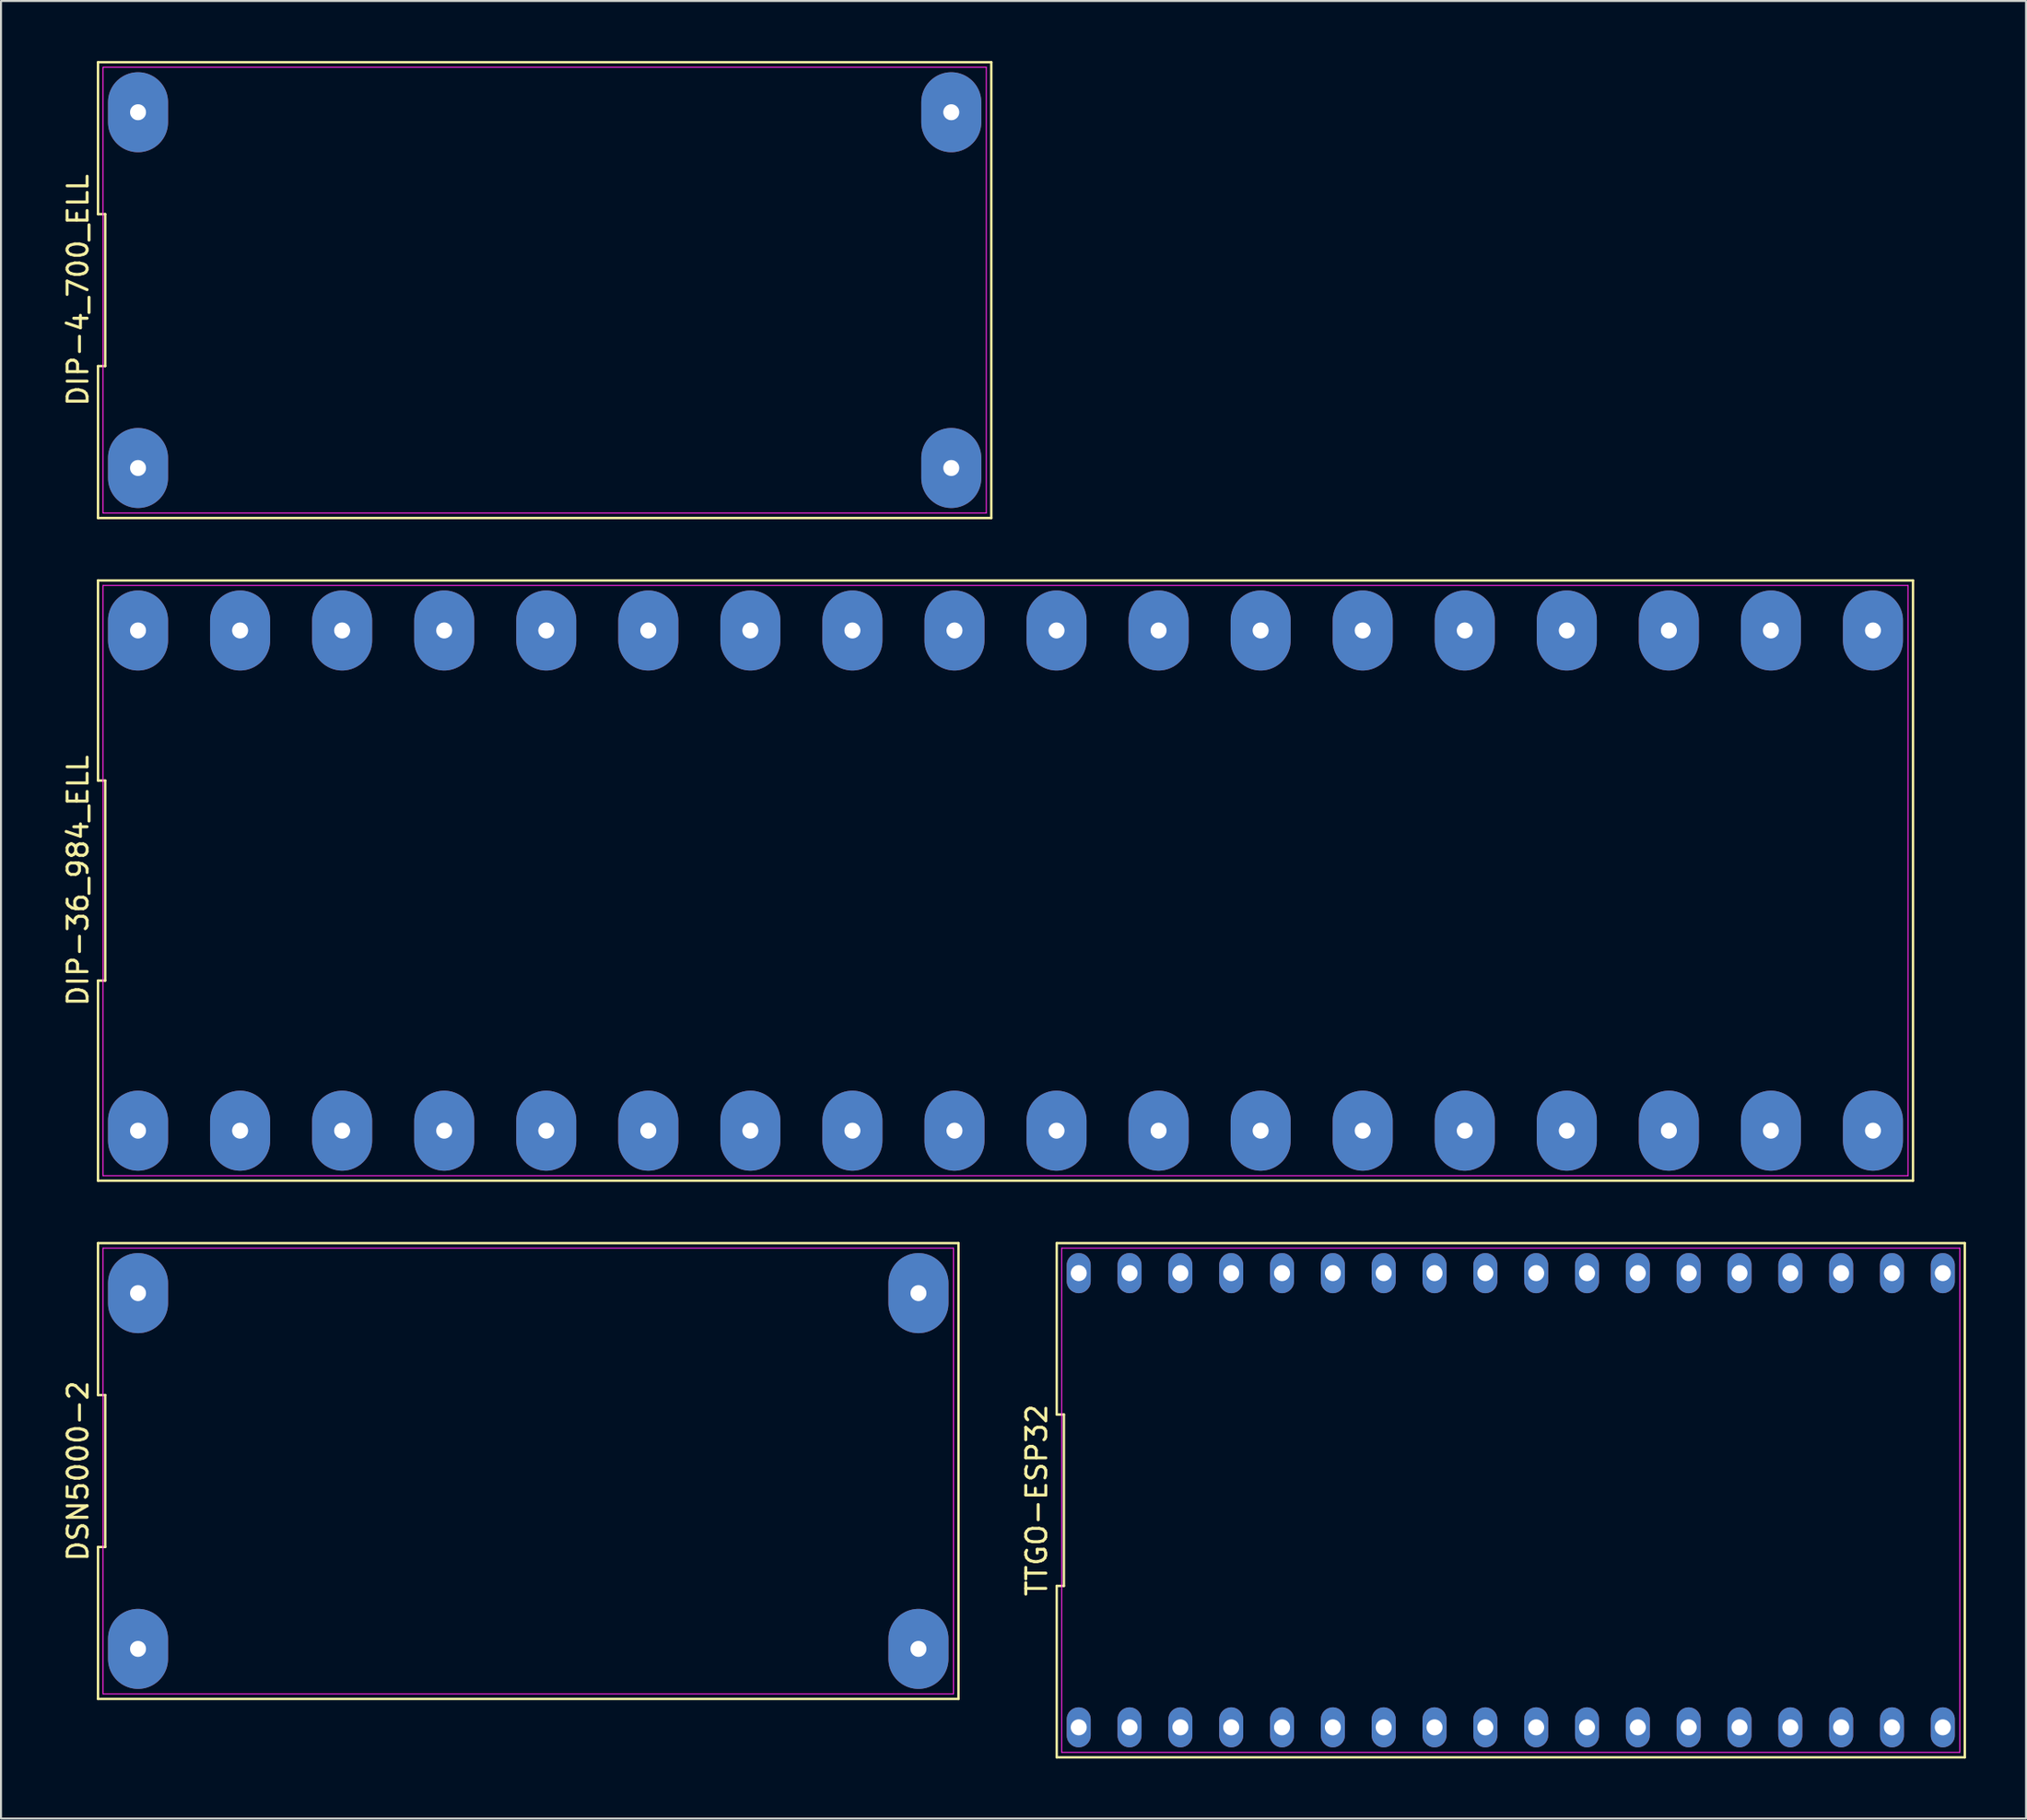
<source format=kicad_pcb>
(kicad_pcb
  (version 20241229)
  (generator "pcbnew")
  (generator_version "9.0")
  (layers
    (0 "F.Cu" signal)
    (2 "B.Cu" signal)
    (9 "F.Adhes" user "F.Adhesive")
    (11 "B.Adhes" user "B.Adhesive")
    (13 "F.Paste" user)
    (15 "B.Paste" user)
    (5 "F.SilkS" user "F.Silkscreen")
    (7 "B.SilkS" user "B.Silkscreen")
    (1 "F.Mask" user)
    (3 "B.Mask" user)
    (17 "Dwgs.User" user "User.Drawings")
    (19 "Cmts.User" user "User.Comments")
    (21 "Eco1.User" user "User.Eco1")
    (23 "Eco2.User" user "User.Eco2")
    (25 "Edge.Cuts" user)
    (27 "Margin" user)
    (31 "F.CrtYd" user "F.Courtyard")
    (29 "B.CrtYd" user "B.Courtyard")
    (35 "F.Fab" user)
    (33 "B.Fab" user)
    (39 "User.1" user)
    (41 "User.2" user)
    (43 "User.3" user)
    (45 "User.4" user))
  (footprint "DIP-36_984_ELL"
    (layer "F.Cu")
    (at 47.198 40.96)
    (property "Reference" "DIP-36_984_ELL" (at -46.35 0 90) (layer "F.SilkS") (effects (font (size 1 1) (thickness 0.15))))
    (attr through_hole)
    (fp_line (start -45.35 -15) (end -45.35 -5) (stroke (width 0.12) (type solid)) (layer "F.SilkS"))
    (fp_line (start -45.35 -5) (end -44.99 -5) (stroke (width 0.12) (type solid)) (layer "F.SilkS"))
    (fp_line (start -45.35 5) (end -45.35 15) (stroke (width 0.12) (type solid)) (layer "F.SilkS"))
    (fp_line (start -45.35 15) (end 45.35 15) (stroke (width 0.12) (type solid)) (layer "F.SilkS"))
    (fp_line (start -44.99 -5) (end -44.99 5) (stroke (width 0.12) (type solid)) (layer "F.SilkS"))
    (fp_line (start -44.99 5) (end -45.35 5) (stroke (width 0.12) (type solid)) (layer "F.SilkS"))
    (fp_line (start 45.35 -15) (end -45.35 -15) (stroke (width 0.12) (type solid)) (layer "F.SilkS"))
    (fp_line (start 45.35 15) (end 45.35 -15) (stroke (width 0.12) (type solid)) (layer "F.SilkS"))
    (fp_line (start -45.1 -14.75) (end 45.1 -14.75) (stroke (width 0.05) (type solid)) (layer "F.CrtYd"))
    (fp_line (start -45.1 14.75) (end -45.1 -14.75) (stroke (width 0.05) (type solid)) (layer "F.CrtYd"))
    (fp_line (start 45.1 -14.75) (end 45.1 14.75) (stroke (width 0.05) (type solid)) (layer "F.CrtYd"))
    (fp_line (start 45.1 14.75) (end -45.1 14.75) (stroke (width 0.05) (type solid)) (layer "F.CrtYd"))
    (pad "1" thru_hole oval (at -43.35 12.5) (size 3 4) (drill 0.8) (layers "*.Cu" "*.Mask"))
    (pad "2" thru_hole oval (at -38.25 12.5) (size 3 4) (drill 0.8) (layers "*.Cu" "*.Mask"))
    (pad "3" thru_hole oval (at -33.15 12.5) (size 3 4) (drill 0.8) (layers "*.Cu" "*.Mask"))
    (pad "4" thru_hole oval (at -28.05 12.5) (size 3 4) (drill 0.8) (layers "*.Cu" "*.Mask"))
    (pad "5" thru_hole oval (at -22.95 12.5) (size 3 4) (drill 0.8) (layers "*.Cu" "*.Mask"))
    (pad "6" thru_hole oval (at -17.85 12.5) (size 3 4) (drill 0.8) (layers "*.Cu" "*.Mask"))
    (pad "7" thru_hole oval (at -12.75 12.5) (size 3 4) (drill 0.8) (layers "*.Cu" "*.Mask"))
    (pad "8" thru_hole oval (at -7.65 12.5) (size 3 4) (drill 0.8) (layers "*.Cu" "*.Mask"))
    (pad "9" thru_hole oval (at -2.55 12.5) (size 3 4) (drill 0.8) (layers "*.Cu" "*.Mask"))
    (pad "10" thru_hole oval (at 2.55 12.5) (size 3 4) (drill 0.8) (layers "*.Cu" "*.Mask"))
    (pad "11" thru_hole oval (at 7.65 12.5) (size 3 4) (drill 0.8) (layers "*.Cu" "*.Mask"))
    (pad "12" thru_hole oval (at 12.75 12.5) (size 3 4) (drill 0.8) (layers "*.Cu" "*.Mask"))
    (pad "13" thru_hole oval (at 17.85 12.5) (size 3 4) (drill 0.8) (layers "*.Cu" "*.Mask"))
    (pad "14" thru_hole oval (at 22.95 12.5) (size 3 4) (drill 0.8) (layers "*.Cu" "*.Mask"))
    (pad "15" thru_hole oval (at 28.05 12.5) (size 3 4) (drill 0.8) (layers "*.Cu" "*.Mask"))
    (pad "16" thru_hole oval (at 33.15 12.5) (size 3 4) (drill 0.8) (layers "*.Cu" "*.Mask"))
    (pad "17" thru_hole oval (at 38.25 12.5) (size 3 4) (drill 0.8) (layers "*.Cu" "*.Mask"))
    (pad "18" thru_hole oval (at 43.35 12.5) (size 3 4) (drill 0.8) (layers "*.Cu" "*.Mask"))
    (pad "19" thru_hole oval (at 43.35 -12.5) (size 3 4) (drill 0.8) (layers "*.Cu" "*.Mask"))
    (pad "20" thru_hole oval (at 38.25 -12.5) (size 3 4) (drill 0.8) (layers "*.Cu" "*.Mask"))
    (pad "21" thru_hole oval (at 33.15 -12.5) (size 3 4) (drill 0.8) (layers "*.Cu" "*.Mask"))
    (pad "22" thru_hole oval (at 28.05 -12.5) (size 3 4) (drill 0.8) (layers "*.Cu" "*.Mask"))
    (pad "23" thru_hole oval (at 22.95 -12.5) (size 3 4) (drill 0.8) (layers "*.Cu" "*.Mask"))
    (pad "24" thru_hole oval (at 17.85 -12.5) (size 3 4) (drill 0.8) (layers "*.Cu" "*.Mask"))
    (pad "25" thru_hole oval (at 12.75 -12.5) (size 3 4) (drill 0.8) (layers "*.Cu" "*.Mask"))
    (pad "26" thru_hole oval (at 7.65 -12.5) (size 3 4) (drill 0.8) (layers "*.Cu" "*.Mask"))
    (pad "27" thru_hole oval (at 2.55 -12.5) (size 3 4) (drill 0.8) (layers "*.Cu" "*.Mask"))
    (pad "28" thru_hole oval (at -2.55 -12.5) (size 3 4) (drill 0.8) (layers "*.Cu" "*.Mask"))
    (pad "29" thru_hole oval (at -7.65 -12.5) (size 3 4) (drill 0.8) (layers "*.Cu" "*.Mask"))
    (pad "30" thru_hole oval (at -12.75 -12.5) (size 3 4) (drill 0.8) (layers "*.Cu" "*.Mask"))
    (pad "31" thru_hole oval (at -17.85 -12.5) (size 3 4) (drill 0.8) (layers "*.Cu" "*.Mask"))
    (pad "32" thru_hole oval (at -22.95 -12.5) (size 3 4) (drill 0.8) (layers "*.Cu" "*.Mask"))
    (pad "33" thru_hole oval (at -28.05 -12.5) (size 3 4) (drill 0.8) (layers "*.Cu" "*.Mask"))
    (pad "34" thru_hole oval (at -33.15 -12.5) (size 3 4) (drill 0.8) (layers "*.Cu" "*.Mask"))
    (pad "35" thru_hole oval (at -38.25 -12.5) (size 3 4) (drill 0.8) (layers "*.Cu" "*.Mask"))
    (pad "36" thru_hole oval (at -43.35 -12.5) (size 3 4) (drill 0.8) (layers "*.Cu" "*.Mask")))
  (footprint "DSN5000-2"
    (layer "F.Cu")
    (at 23.348 70.47)
    (property "Reference" "DSN5000-2" (at -22.5 0 90) (layer "F.SilkS") (effects (font (size 1 1) (thickness 0.15))))
    (attr through_hole)
    (fp_line (start -21.5 -11.39) (end -21.5 -3.797) (stroke (width 0.12) (type solid)) (layer "F.SilkS"))
    (fp_line (start -21.5 -3.797) (end -21.14 -3.797) (stroke (width 0.12) (type solid)) (layer "F.SilkS"))
    (fp_line (start -21.5 3.797) (end -21.5 11.39) (stroke (width 0.12) (type solid)) (layer "F.SilkS"))
    (fp_line (start -21.5 11.39) (end 21.5 11.39) (stroke (width 0.12) (type solid)) (layer "F.SilkS"))
    (fp_line (start -21.14 -3.797) (end -21.14 3.797) (stroke (width 0.12) (type solid)) (layer "F.SilkS"))
    (fp_line (start -21.14 3.797) (end -21.5 3.797) (stroke (width 0.12) (type solid)) (layer "F.SilkS"))
    (fp_line (start 21.5 -11.39) (end -21.5 -11.39) (stroke (width 0.12) (type solid)) (layer "F.SilkS"))
    (fp_line (start 21.5 11.39) (end 21.5 -11.39) (stroke (width 0.12) (type solid)) (layer "F.SilkS"))
    (fp_line (start -21.25 -11.14) (end 21.25 -11.14) (stroke (width 0.05) (type solid)) (layer "F.CrtYd"))
    (fp_line (start -21.25 11.14) (end -21.25 -11.14) (stroke (width 0.05) (type solid)) (layer "F.CrtYd"))
    (fp_line (start 21.25 -11.14) (end 21.25 11.14) (stroke (width 0.05) (type solid)) (layer "F.CrtYd"))
    (fp_line (start 21.25 11.14) (end -21.25 11.14) (stroke (width 0.05) (type solid)) (layer "F.CrtYd"))
    (pad "1" thru_hole oval (at -19.5 8.89) (size 3 4) (drill 0.8) (layers "*.Cu" "*.Mask"))
    (pad "2" thru_hole oval (at 19.5 8.89) (size 3 4) (drill 0.8) (layers "*.Cu" "*.Mask"))
    (pad "3" thru_hole oval (at 19.5 -8.89) (size 3 4) (drill 0.8) (layers "*.Cu" "*.Mask"))
    (pad "4" thru_hole oval (at -19.5 -8.89) (size 3 4) (drill 0.8) (layers "*.Cu" "*.Mask")))
  (footprint "TTGO-ESP32"
    (layer "F.Cu")
    (at 72.447 71.93)
    (property "Reference" "TTGO-ESP32" (at -23.69 0 90) (layer "F.SilkS") (effects (font (size 1 1) (thickness 0.15))))
    (attr through_hole)
    (fp_line (start -22.69 -12.85) (end -22.69 -4.283) (stroke (width 0.12) (type solid)) (layer "F.SilkS"))
    (fp_line (start -22.69 -4.283) (end -22.33 -4.283) (stroke (width 0.12) (type solid)) (layer "F.SilkS"))
    (fp_line (start -22.69 4.283) (end -22.69 12.85) (stroke (width 0.12) (type solid)) (layer "F.SilkS"))
    (fp_line (start -22.69 12.85) (end 22.69 12.85) (stroke (width 0.12) (type solid)) (layer "F.SilkS"))
    (fp_line (start -22.33 -4.283) (end -22.33 4.283) (stroke (width 0.12) (type solid)) (layer "F.SilkS"))
    (fp_line (start -22.33 4.283) (end -22.69 4.283) (stroke (width 0.12) (type solid)) (layer "F.SilkS"))
    (fp_line (start 22.69 -12.85) (end -22.69 -12.85) (stroke (width 0.12) (type solid)) (layer "F.SilkS"))
    (fp_line (start 22.69 12.85) (end 22.69 -12.85) (stroke (width 0.12) (type solid)) (layer "F.SilkS"))
    (fp_line (start -22.44 -12.6) (end 22.44 -12.6) (stroke (width 0.05) (type solid)) (layer "F.CrtYd"))
    (fp_line (start -22.44 12.6) (end -22.44 -12.6) (stroke (width 0.05) (type solid)) (layer "F.CrtYd"))
    (fp_line (start 22.44 -12.6) (end 22.44 12.6) (stroke (width 0.05) (type solid)) (layer "F.CrtYd"))
    (fp_line (start 22.44 12.6) (end -22.44 12.6) (stroke (width 0.05) (type solid)) (layer "F.CrtYd"))
    (pad "1" thru_hole oval (at -21.59 11.35) (size 1.2 2) (drill 0.8) (layers "*.Cu" "*.Mask"))
    (pad "2" thru_hole oval (at -19.05 11.35) (size 1.2 2) (drill 0.8) (layers "*.Cu" "*.Mask"))
    (pad "3" thru_hole oval (at -16.51 11.35) (size 1.2 2) (drill 0.8) (layers "*.Cu" "*.Mask"))
    (pad "4" thru_hole oval (at -13.97 11.35) (size 1.2 2) (drill 0.8) (layers "*.Cu" "*.Mask"))
    (pad "5" thru_hole oval (at -11.43 11.35) (size 1.2 2) (drill 0.8) (layers "*.Cu" "*.Mask"))
    (pad "6" thru_hole oval (at -8.89 11.35) (size 1.2 2) (drill 0.8) (layers "*.Cu" "*.Mask"))
    (pad "7" thru_hole oval (at -6.35 11.35) (size 1.2 2) (drill 0.8) (layers "*.Cu" "*.Mask"))
    (pad "8" thru_hole oval (at -3.81 11.35) (size 1.2 2) (drill 0.8) (layers "*.Cu" "*.Mask"))
    (pad "9" thru_hole oval (at -1.27 11.35) (size 1.2 2) (drill 0.8) (layers "*.Cu" "*.Mask"))
    (pad "10" thru_hole oval (at 1.27 11.35) (size 1.2 2) (drill 0.8) (layers "*.Cu" "*.Mask"))
    (pad "11" thru_hole oval (at 3.81 11.35) (size 1.2 2) (drill 0.8) (layers "*.Cu" "*.Mask"))
    (pad "12" thru_hole oval (at 6.35 11.35) (size 1.2 2) (drill 0.8) (layers "*.Cu" "*.Mask"))
    (pad "13" thru_hole oval (at 8.89 11.35) (size 1.2 2) (drill 0.8) (layers "*.Cu" "*.Mask"))
    (pad "14" thru_hole oval (at 11.43 11.35) (size 1.2 2) (drill 0.8) (layers "*.Cu" "*.Mask"))
    (pad "15" thru_hole oval (at 13.97 11.35) (size 1.2 2) (drill 0.8) (layers "*.Cu" "*.Mask"))
    (pad "16" thru_hole oval (at 16.51 11.35) (size 1.2 2) (drill 0.8) (layers "*.Cu" "*.Mask"))
    (pad "17" thru_hole oval (at 19.05 11.35) (size 1.2 2) (drill 0.8) (layers "*.Cu" "*.Mask"))
    (pad "18" thru_hole oval (at 21.59 11.35) (size 1.2 2) (drill 0.8) (layers "*.Cu" "*.Mask"))
    (pad "19" thru_hole oval (at 21.59 -11.35) (size 1.2 2) (drill 0.8) (layers "*.Cu" "*.Mask"))
    (pad "20" thru_hole oval (at 19.05 -11.35) (size 1.2 2) (drill 0.8) (layers "*.Cu" "*.Mask"))
    (pad "21" thru_hole oval (at 16.51 -11.35) (size 1.2 2) (drill 0.8) (layers "*.Cu" "*.Mask"))
    (pad "22" thru_hole oval (at 13.97 -11.35) (size 1.2 2) (drill 0.8) (layers "*.Cu" "*.Mask"))
    (pad "23" thru_hole oval (at 11.43 -11.35) (size 1.2 2) (drill 0.8) (layers "*.Cu" "*.Mask"))
    (pad "24" thru_hole oval (at 8.89 -11.35) (size 1.2 2) (drill 0.8) (layers "*.Cu" "*.Mask"))
    (pad "25" thru_hole oval (at 6.35 -11.35) (size 1.2 2) (drill 0.8) (layers "*.Cu" "*.Mask"))
    (pad "26" thru_hole oval (at 3.81 -11.35) (size 1.2 2) (drill 0.8) (layers "*.Cu" "*.Mask"))
    (pad "27" thru_hole oval (at 1.27 -11.35) (size 1.2 2) (drill 0.8) (layers "*.Cu" "*.Mask"))
    (pad "28" thru_hole oval (at -1.27 -11.35) (size 1.2 2) (drill 0.8) (layers "*.Cu" "*.Mask"))
    (pad "29" thru_hole oval (at -3.81 -11.35) (size 1.2 2) (drill 0.8) (layers "*.Cu" "*.Mask"))
    (pad "30" thru_hole oval (at -6.35 -11.35) (size 1.2 2) (drill 0.8) (layers "*.Cu" "*.Mask"))
    (pad "31" thru_hole oval (at -8.89 -11.35) (size 1.2 2) (drill 0.8) (layers "*.Cu" "*.Mask"))
    (pad "32" thru_hole oval (at -11.43 -11.35) (size 1.2 2) (drill 0.8) (layers "*.Cu" "*.Mask"))
    (pad "33" thru_hole oval (at -13.97 -11.35) (size 1.2 2) (drill 0.8) (layers "*.Cu" "*.Mask"))
    (pad "34" thru_hole oval (at -16.51 -11.35) (size 1.2 2) (drill 0.8) (layers "*.Cu" "*.Mask"))
    (pad "35" thru_hole oval (at -19.05 -11.35) (size 1.2 2) (drill 0.8) (layers "*.Cu" "*.Mask"))
    (pad "36" thru_hole oval (at -21.59 -11.35) (size 1.2 2) (drill 0.8) (layers "*.Cu" "*.Mask")))
  (footprint "DIP-4_700_ELL"
    (layer "F.Cu")
    (at 24.168 11.45)
    (property "Reference" "DIP-4_700_ELL" (at -23.32 0 90) (layer "F.SilkS") (effects (font (size 1 1) (thickness 0.15))))
    (attr through_hole)
    (fp_line (start -22.32 -11.39) (end -22.32 -3.797) (stroke (width 0.12) (type solid)) (layer "F.SilkS"))
    (fp_line (start -22.32 -3.797) (end -21.96 -3.797) (stroke (width 0.12) (type solid)) (layer "F.SilkS"))
    (fp_line (start -22.32 3.797) (end -22.32 11.39) (stroke (width 0.12) (type solid)) (layer "F.SilkS"))
    (fp_line (start -22.32 11.39) (end 22.32 11.39) (stroke (width 0.12) (type solid)) (layer "F.SilkS"))
    (fp_line (start -21.96 -3.797) (end -21.96 3.797) (stroke (width 0.12) (type solid)) (layer "F.SilkS"))
    (fp_line (start -21.96 3.797) (end -22.32 3.797) (stroke (width 0.12) (type solid)) (layer "F.SilkS"))
    (fp_line (start 22.32 -11.39) (end -22.32 -11.39) (stroke (width 0.12) (type solid)) (layer "F.SilkS"))
    (fp_line (start 22.32 11.39) (end 22.32 -11.39) (stroke (width 0.12) (type solid)) (layer "F.SilkS"))
    (fp_line (start -22.07 -11.14) (end 22.07 -11.14) (stroke (width 0.05) (type solid)) (layer "F.CrtYd"))
    (fp_line (start -22.07 11.14) (end -22.07 -11.14) (stroke (width 0.05) (type solid)) (layer "F.CrtYd"))
    (fp_line (start 22.07 -11.14) (end 22.07 11.14) (stroke (width 0.05) (type solid)) (layer "F.CrtYd"))
    (fp_line (start 22.07 11.14) (end -22.07 11.14) (stroke (width 0.05) (type solid)) (layer "F.CrtYd"))
    (pad "1" thru_hole oval (at -20.32 8.89) (size 3 4) (drill 0.8) (layers "*.Cu" "*.Mask"))
    (pad "2" thru_hole oval (at 20.32 8.89) (size 3 4) (drill 0.8) (layers "*.Cu" "*.Mask"))
    (pad "3" thru_hole oval (at 20.32 -8.89) (size 3 4) (drill 0.8) (layers "*.Cu" "*.Mask"))
    (pad "4" thru_hole oval (at -20.32 -8.89) (size 3 4) (drill 0.8) (layers "*.Cu" "*.Mask")))
  (gr_rect
    (start -3 -3)
    (end 98.197 87.84)
    (stroke (width 0.1) (type default))
    (fill no)
    (layer "Edge.Cuts")))
</source>
